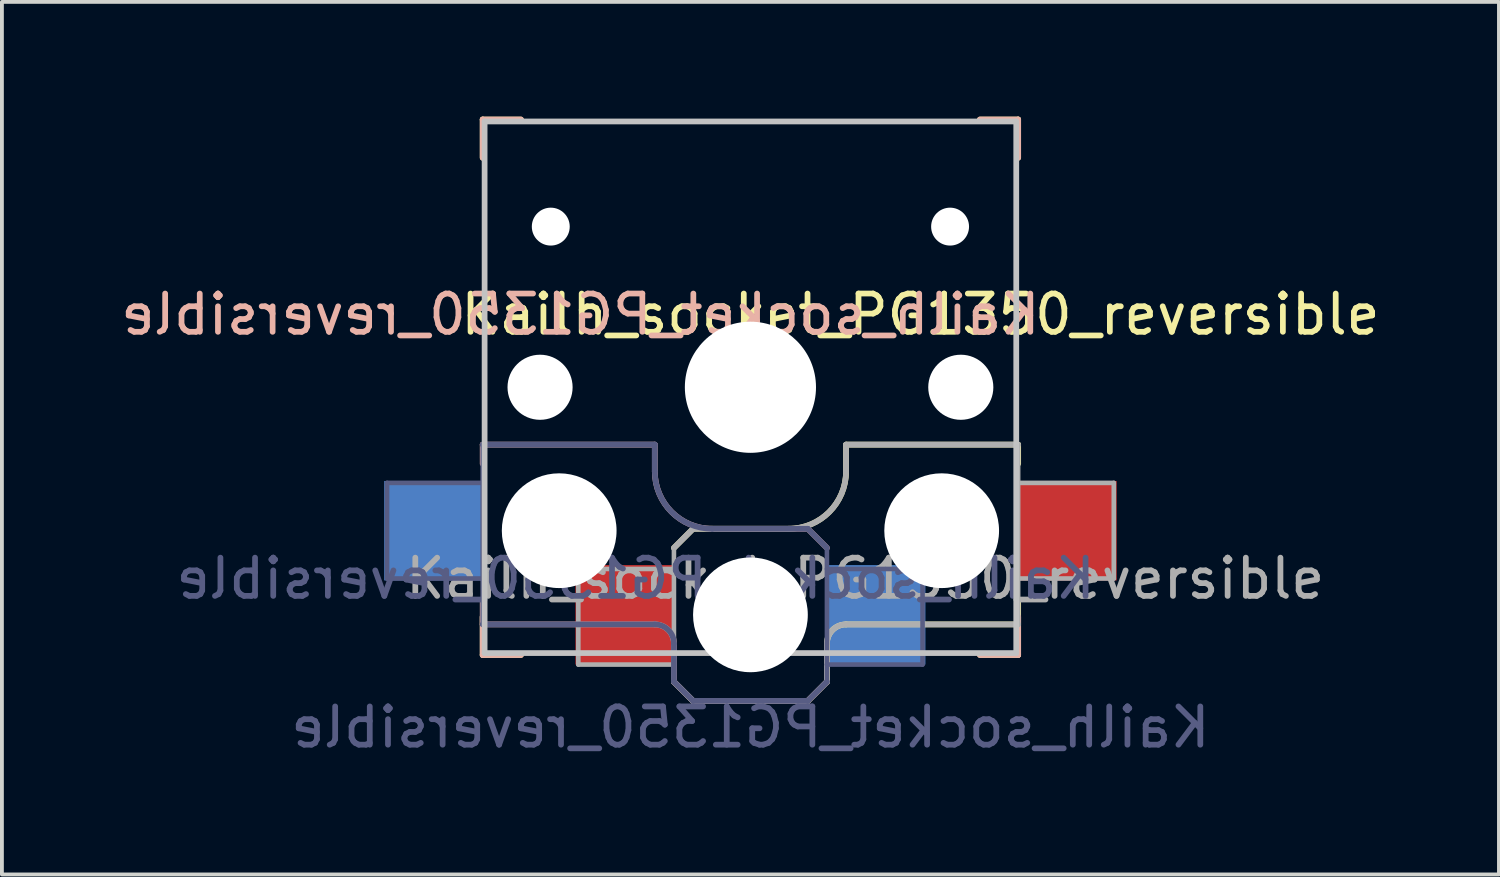
<source format=kicad_pcb>
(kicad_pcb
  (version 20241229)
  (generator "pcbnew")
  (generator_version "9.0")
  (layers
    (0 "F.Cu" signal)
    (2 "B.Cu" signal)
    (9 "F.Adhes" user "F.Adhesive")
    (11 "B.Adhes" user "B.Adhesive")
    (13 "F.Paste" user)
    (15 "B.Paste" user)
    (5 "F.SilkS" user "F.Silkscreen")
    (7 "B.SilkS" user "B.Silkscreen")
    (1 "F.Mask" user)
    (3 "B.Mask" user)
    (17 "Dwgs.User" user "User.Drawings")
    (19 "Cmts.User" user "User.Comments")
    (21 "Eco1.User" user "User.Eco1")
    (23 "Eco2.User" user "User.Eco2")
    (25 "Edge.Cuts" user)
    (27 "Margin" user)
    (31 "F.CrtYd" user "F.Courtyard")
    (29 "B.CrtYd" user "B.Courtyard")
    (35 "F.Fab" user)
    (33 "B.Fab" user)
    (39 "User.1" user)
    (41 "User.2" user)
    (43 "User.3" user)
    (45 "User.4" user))
  (footprint "Kailh_socket_PG1350_reversible"
    (layer "F.Cu")
    (at 16.57 7.075)
    (property "Reference" "Kailh_socket_PG1350_reversible" (at 4.445 -1.905 0) (layer "F.SilkS") (effects (font (size 1 1) (thickness 0.15))))
    (property "Value" "Kailh_socket_PG1350_reversible" (at 0 8.89 0) (layer "F.Fab") (hide yes) (effects (font (size 1 1) (thickness 0.15))))
    (attr smd)
    (fp_line (start -7 -7) (end -6 -7) (stroke (width 0.15) (type solid)) (layer "F.SilkS"))
    (fp_line (start -7 -6) (end -7 -7) (stroke (width 0.15) (type solid)) (layer "F.SilkS"))
    (fp_line (start -7 7) (end -7 6) (stroke (width 0.15) (type solid)) (layer "F.SilkS"))
    (fp_line (start -6 7) (end -7 7) (stroke (width 0.15) (type solid)) (layer "F.SilkS"))
    (fp_line (start -2 4.2) (end -1.5 3.7) (stroke (width 0.15) (type solid)) (layer "F.SilkS"))
    (fp_line (start -2 7.7) (end -1.5 8.2) (stroke (width 0.15) (type solid)) (layer "F.SilkS"))
    (fp_line (start -1.5 3.7) (end 1 3.7) (stroke (width 0.15) (type solid)) (layer "F.SilkS"))
    (fp_line (start -1.5 8.2) (end 1.5 8.2) (stroke (width 0.15) (type solid)) (layer "F.SilkS"))
    (fp_line (start 1.5 8.2) (end 2 7.7) (stroke (width 0.15) (type solid)) (layer "F.SilkS"))
    (fp_line (start 2 6.7) (end 2 7.7) (stroke (width 0.15) (type solid)) (layer "F.SilkS"))
    (fp_line (start 2.5 1.5) (end 7 1.5) (stroke (width 0.15) (type solid)) (layer "F.SilkS"))
    (fp_line (start 2.5 2.2) (end 2.5 1.5) (stroke (width 0.15) (type solid)) (layer "F.SilkS"))
    (fp_line (start 6 -7) (end 7 -7) (stroke (width 0.15) (type solid)) (layer "F.SilkS"))
    (fp_line (start 7 -7) (end 7 -6) (stroke (width 0.15) (type solid)) (layer "F.SilkS"))
    (fp_line (start 7 1.5) (end 7 2) (stroke (width 0.15) (type solid)) (layer "F.SilkS"))
    (fp_line (start 7 5.6) (end 7 6.2) (stroke (width 0.15) (type solid)) (layer "F.SilkS"))
    (fp_line (start 7 6) (end 7 7) (stroke (width 0.15) (type solid)) (layer "F.SilkS"))
    (fp_line (start 7 6.2) (end 2.5 6.2) (stroke (width 0.15) (type solid)) (layer "F.SilkS"))
    (fp_line (start 7 7) (end 6 7) (stroke (width 0.15) (type solid)) (layer "F.SilkS"))
    (fp_arc (start 2 6.7) (mid 2.146447 6.346447) (end 2.5 6.2) (stroke (width 0.15) (type solid)) (layer "F.SilkS"))
    (fp_arc (start 2.5 2.2) (mid 2.06066 3.26066) (end 1 3.7) (stroke (width 0.15) (type solid)) (layer "F.SilkS"))
    (fp_line (start -7 -7) (end -6 -7) (stroke (width 0.15) (type solid)) (layer "B.SilkS"))
    (fp_line (start -7 -6) (end -7 -7) (stroke (width 0.15) (type solid)) (layer "B.SilkS"))
    (fp_line (start -7 1.5) (end -7 2) (stroke (width 0.15) (type solid)) (layer "B.SilkS"))
    (fp_line (start -7 5.6) (end -7 6.2) (stroke (width 0.15) (type solid)) (layer "B.SilkS"))
    (fp_line (start -7 6.2) (end -2.5 6.2) (stroke (width 0.15) (type solid)) (layer "B.SilkS"))
    (fp_line (start -7 7) (end -7 6) (stroke (width 0.15) (type solid)) (layer "B.SilkS"))
    (fp_line (start -6 7) (end -7 7) (stroke (width 0.15) (type solid)) (layer "B.SilkS"))
    (fp_line (start -2.5 1.5) (end -7 1.5) (stroke (width 0.15) (type solid)) (layer "B.SilkS"))
    (fp_line (start -2.5 2.2) (end -2.5 1.5) (stroke (width 0.15) (type solid)) (layer "B.SilkS"))
    (fp_line (start -2 6.7) (end -2 7.7) (stroke (width 0.15) (type solid)) (layer "B.SilkS"))
    (fp_line (start -1.5 8.2) (end -2 7.7) (stroke (width 0.15) (type solid)) (layer "B.SilkS"))
    (fp_line (start 1.5 3.7) (end -1 3.7) (stroke (width 0.15) (type solid)) (layer "B.SilkS"))
    (fp_line (start 1.5 8.2) (end -1.5 8.2) (stroke (width 0.15) (type solid)) (layer "B.SilkS"))
    (fp_line (start 2 4.2) (end 1.5 3.7) (stroke (width 0.15) (type solid)) (layer "B.SilkS"))
    (fp_line (start 2 7.7) (end 1.5 8.2) (stroke (width 0.15) (type solid)) (layer "B.SilkS"))
    (fp_line (start 6 -7) (end 7 -7) (stroke (width 0.15) (type solid)) (layer "B.SilkS"))
    (fp_line (start 7 -7) (end 7 -6) (stroke (width 0.15) (type solid)) (layer "B.SilkS"))
    (fp_line (start 7 6) (end 7 7) (stroke (width 0.15) (type solid)) (layer "B.SilkS"))
    (fp_line (start 7 7) (end 6 7) (stroke (width 0.15) (type solid)) (layer "B.SilkS"))
    (fp_arc (start -2.5 6.2) (mid -2.146447 6.346447) (end -2 6.7) (stroke (width 0.15) (type solid)) (layer "B.SilkS"))
    (fp_arc (start -1 3.7) (mid -2.06066 3.26066) (end -2.5 2.2) (stroke (width 0.15) (type solid)) (layer "B.SilkS"))
    (fp_line (start -6.95 6.95) (end -6.95 -6.95) (stroke (width 0.15) (type solid)) (layer "Dwgs.User"))
    (fp_line (start -6.95 6.95) (end 6.95 6.95) (stroke (width 0.15) (type solid)) (layer "Dwgs.User"))
    (fp_line (start 6.95 -6.95) (end -6.95 -6.95) (stroke (width 0.15) (type solid)) (layer "Dwgs.User"))
    (fp_line (start 6.95 -6.95) (end 6.95 6.95) (stroke (width 0.15) (type solid)) (layer "Dwgs.User"))
    (fp_line (start -2.6 -3.1) (end -2.6 -6.3) (stroke (width 0.15) (type solid)) (layer "Eco2.User"))
    (fp_line (start -2.6 -3.1) (end 2.6 -3.1) (stroke (width 0.15) (type solid)) (layer "Eco2.User"))
    (fp_line (start 2.6 -6.3) (end -2.6 -6.3) (stroke (width 0.15) (type solid)) (layer "Eco2.User"))
    (fp_line (start 2.6 -3.1) (end 2.6 -6.3) (stroke (width 0.15) (type solid)) (layer "Eco2.User"))
    (fp_line (start -9.5 2.5) (end -7 2.5) (stroke (width 0.12) (type solid)) (layer "B.Fab"))
    (fp_line (start -9.5 5) (end -9.5 2.5) (stroke (width 0.12) (type solid)) (layer "B.Fab"))
    (fp_line (start -7 1.5) (end -7 6.2) (stroke (width 0.12) (type solid)) (layer "B.Fab"))
    (fp_line (start -7 5) (end -9.5 5) (stroke (width 0.12) (type solid)) (layer "B.Fab"))
    (fp_line (start -7 6.2) (end -2.5 6.2) (stroke (width 0.15) (type solid)) (layer "B.Fab"))
    (fp_line (start -2.5 1.5) (end -7 1.5) (stroke (width 0.15) (type solid)) (layer "B.Fab"))
    (fp_line (start -2.5 2.2) (end -2.5 1.5) (stroke (width 0.15) (type solid)) (layer "B.Fab"))
    (fp_line (start -2 6.7) (end -2 7.7) (stroke (width 0.15) (type solid)) (layer "B.Fab"))
    (fp_line (start -1.5 8.2) (end -2 7.7) (stroke (width 0.15) (type solid)) (layer "B.Fab"))
    (fp_line (start 1.5 3.7) (end -1 3.7) (stroke (width 0.15) (type solid)) (layer "B.Fab"))
    (fp_line (start 1.5 8.2) (end -1.5 8.2) (stroke (width 0.15) (type solid)) (layer "B.Fab"))
    (fp_line (start 2 4.2) (end 1.5 3.7) (stroke (width 0.15) (type solid)) (layer "B.Fab"))
    (fp_line (start 2 4.25) (end 2 7.7) (stroke (width 0.12) (type solid)) (layer "B.Fab"))
    (fp_line (start 2 4.75) (end 4.5 4.75) (stroke (width 0.12) (type solid)) (layer "B.Fab"))
    (fp_line (start 2 7.7) (end 1.5 8.2) (stroke (width 0.15) (type solid)) (layer "B.Fab"))
    (fp_line (start 4.5 4.75) (end 4.5 7.25) (stroke (width 0.12) (type solid)) (layer "B.Fab"))
    (fp_line (start 4.5 7.25) (end 2 7.25) (stroke (width 0.12) (type solid)) (layer "B.Fab"))
    (fp_arc (start -2.5 6.2) (mid -2.146447 6.346447) (end -2 6.7) (stroke (width 0.15) (type solid)) (layer "B.Fab"))
    (fp_arc (start -1 3.7) (mid -2.06066 3.26066) (end -2.5 2.2) (stroke (width 0.15) (type solid)) (layer "B.Fab"))
    (fp_line (start -4.5 4.75) (end -4.5 7.25) (stroke (width 0.12) (type solid)) (layer "F.Fab"))
    (fp_line (start -4.5 7.25) (end -2 7.25) (stroke (width 0.12) (type solid)) (layer "F.Fab"))
    (fp_line (start -2 4.2) (end -1.5 3.7) (stroke (width 0.15) (type solid)) (layer "F.Fab"))
    (fp_line (start -2 4.25) (end -2 7.7) (stroke (width 0.12) (type solid)) (layer "F.Fab"))
    (fp_line (start -2 4.75) (end -4.5 4.75) (stroke (width 0.12) (type solid)) (layer "F.Fab"))
    (fp_line (start -2 7.7) (end -1.5 8.2) (stroke (width 0.15) (type solid)) (layer "F.Fab"))
    (fp_line (start -1.5 3.7) (end 1 3.7) (stroke (width 0.15) (type solid)) (layer "F.Fab"))
    (fp_line (start -1.5 8.2) (end 1.5 8.2) (stroke (width 0.15) (type solid)) (layer "F.Fab"))
    (fp_line (start 1.5 8.2) (end 2 7.7) (stroke (width 0.15) (type solid)) (layer "F.Fab"))
    (fp_line (start 2 6.7) (end 2 7.7) (stroke (width 0.15) (type solid)) (layer "F.Fab"))
    (fp_line (start 2.5 1.5) (end 7 1.5) (stroke (width 0.15) (type solid)) (layer "F.Fab"))
    (fp_line (start 2.5 2.2) (end 2.5 1.5) (stroke (width 0.15) (type solid)) (layer "F.Fab"))
    (fp_line (start 7 1.5) (end 7 6.2) (stroke (width 0.12) (type solid)) (layer "F.Fab"))
    (fp_line (start 7 5) (end 9.5 5) (stroke (width 0.12) (type solid)) (layer "F.Fab"))
    (fp_line (start 7 6.2) (end 2.5 6.2) (stroke (width 0.15) (type solid)) (layer "F.Fab"))
    (fp_line (start 9.5 2.5) (end 7 2.5) (stroke (width 0.12) (type solid)) (layer "F.Fab"))
    (fp_line (start 9.5 5) (end 9.5 2.5) (stroke (width 0.12) (type solid)) (layer "F.Fab"))
    (fp_arc (start 2 6.7) (mid 2.146447 6.346447) (end 2.5 6.2) (stroke (width 0.15) (type solid)) (layer "F.Fab"))
    (fp_arc (start 2.5 2.2) (mid 2.06066 3.26066) (end 1 3.7) (stroke (width 0.15) (type solid)) (layer "F.Fab"))
    (fp_text user "${REFERENCE}" (at -4.445 -1.905 0) (layer "B.SilkS") (effects (font (size 1 1) (thickness 0.15)) (justify mirror)))
    (fp_text user "${REFERENCE}" (at -3 5 0) (layer "B.Fab") (effects (font (size 1 1) (thickness 0.15)) (justify mirror)))
    (fp_text user "${VALUE}" (at 0 8.89 0) (layer "B.Fab") (effects (font (size 1 1) (thickness 0.15)) (justify mirror)))
    (fp_text user "${REFERENCE}" (at 3 5 180) (layer "F.Fab") (effects (font (size 1 1) (thickness 0.15))))
    (pad "" np_thru_hole circle (at -5.5 0) (size 1.702 1.702) (drill 1.702) (layers "*.Cu" "*.Mask"))
    (pad "" np_thru_hole circle (at -5.22 -4.2) (size 0.991 0.991) (drill 0.991) (layers "*.Cu" "*.Mask"))
    (pad "" np_thru_hole circle (at -5 3.75) (size 3 3) (drill 3) (layers "*.Cu" "*.Mask"))
    (pad "" np_thru_hole circle (at 0 0) (size 3.429 3.429) (drill 3.429) (layers "*.Cu" "*.Mask"))
    (pad "" np_thru_hole circle (at 0 5.95) (size 3 3) (drill 3) (layers "*.Cu" "*.Mask"))
    (pad "" np_thru_hole circle (at 5 3.75) (size 3 3) (drill 3) (layers "*.Cu" "*.Mask"))
    (pad "" np_thru_hole circle (at 5.22 -4.2) (size 0.991 0.991) (drill 0.991) (layers "*.Cu" "*.Mask"))
    (pad "" np_thru_hole circle (at 5.5 0) (size 1.702 1.702) (drill 1.702) (layers "*.Cu" "*.Mask"))
    (pad "1" smd rect (at -8.275 3.75) (size 2.6 2.6) (layers "B.Cu" "B.Mask" "B.Paste"))
    (pad "1" smd rect (at 8.275 3.75) (size 2.6 2.6) (layers "F.Cu" "F.Mask" "F.Paste"))
    (pad "2" smd rect (at -3.275 5.95) (size 2.6 2.6) (layers "F.Cu" "F.Mask" "F.Paste"))
    (pad "2" smd rect (at 3.275 5.95) (size 2.6 2.6) (layers "B.Cu" "B.Mask" "B.Paste")))
  (gr_rect
    (start -3 -3)
    (end 36.14 19.813)
    (stroke (width 0.1) (type default))
    (fill no)
    (layer "Edge.Cuts")))
</source>
